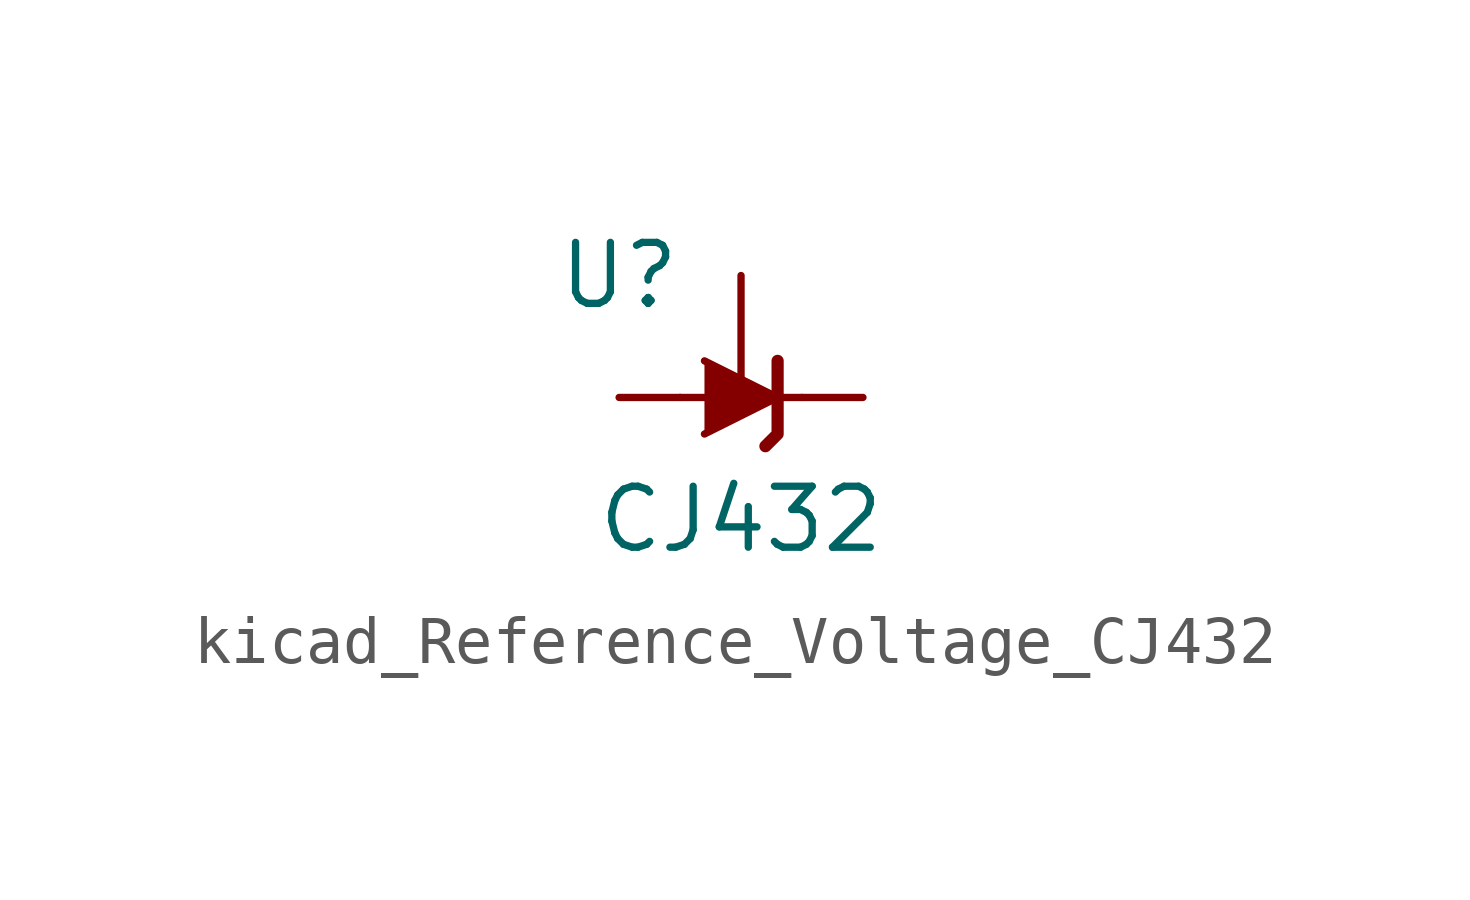
<source format=kicad_sym>
(kicad_symbol_lib
  (version 20220914)
  (generator kicad_symbol_editor)
  (symbol "kicad_Reference_Voltage_CJ432"
    (pin_numbers hide)
    (pin_names hide)
    (property "Reference" "U"
      (at -2.54 2.54 0)
      (effects (font (size 1.27 1.27))))
    (property "Value" "CJ432"
      (at 0 -2.54 0)
      (effects (font (size 1.27 1.27))))
    (symbol "kicad_Reference_Voltage_CJ432_0_1"
      (polyline (pts (xy -1.27 0) (xy 0 0) (xy 1.27 0)) (stroke (width 0) (type default)) (fill (type none)))
      (polyline (pts (xy -0.762 0.762) (xy 0.762 0) (xy -0.762 -0.762)) (stroke (width 0) (type default)) (fill (type outline)))
      (polyline (pts (xy 0.508 -1.016) (xy 0.762 -0.762) (xy 0.762 0.762) (xy 0.762 0.762)) (stroke (width 0.254) (type default)) (fill (type none))))
    (symbol "kicad_Reference_Voltage_CJ432_1_1"
      (pin passive line (at 0 2.54 270) (length 2.54) (name "REF" (effects (font (size 1.27 1.27)))) (number "1" (effects (font (size 1.27 1.27)))))
      (pin passive line (at 2.54 0 180) (length 1.27) (name "K" (effects (font (size 1.27 1.27)))) (number "2" (effects (font (size 1.27 1.27)))))
      (pin passive line (at -2.54 0 0) (length 1.27) (name "A" (effects (font (size 1.27 1.27)))) (number "3" (effects (font (size 1.27 1.27))))))))
</source>
